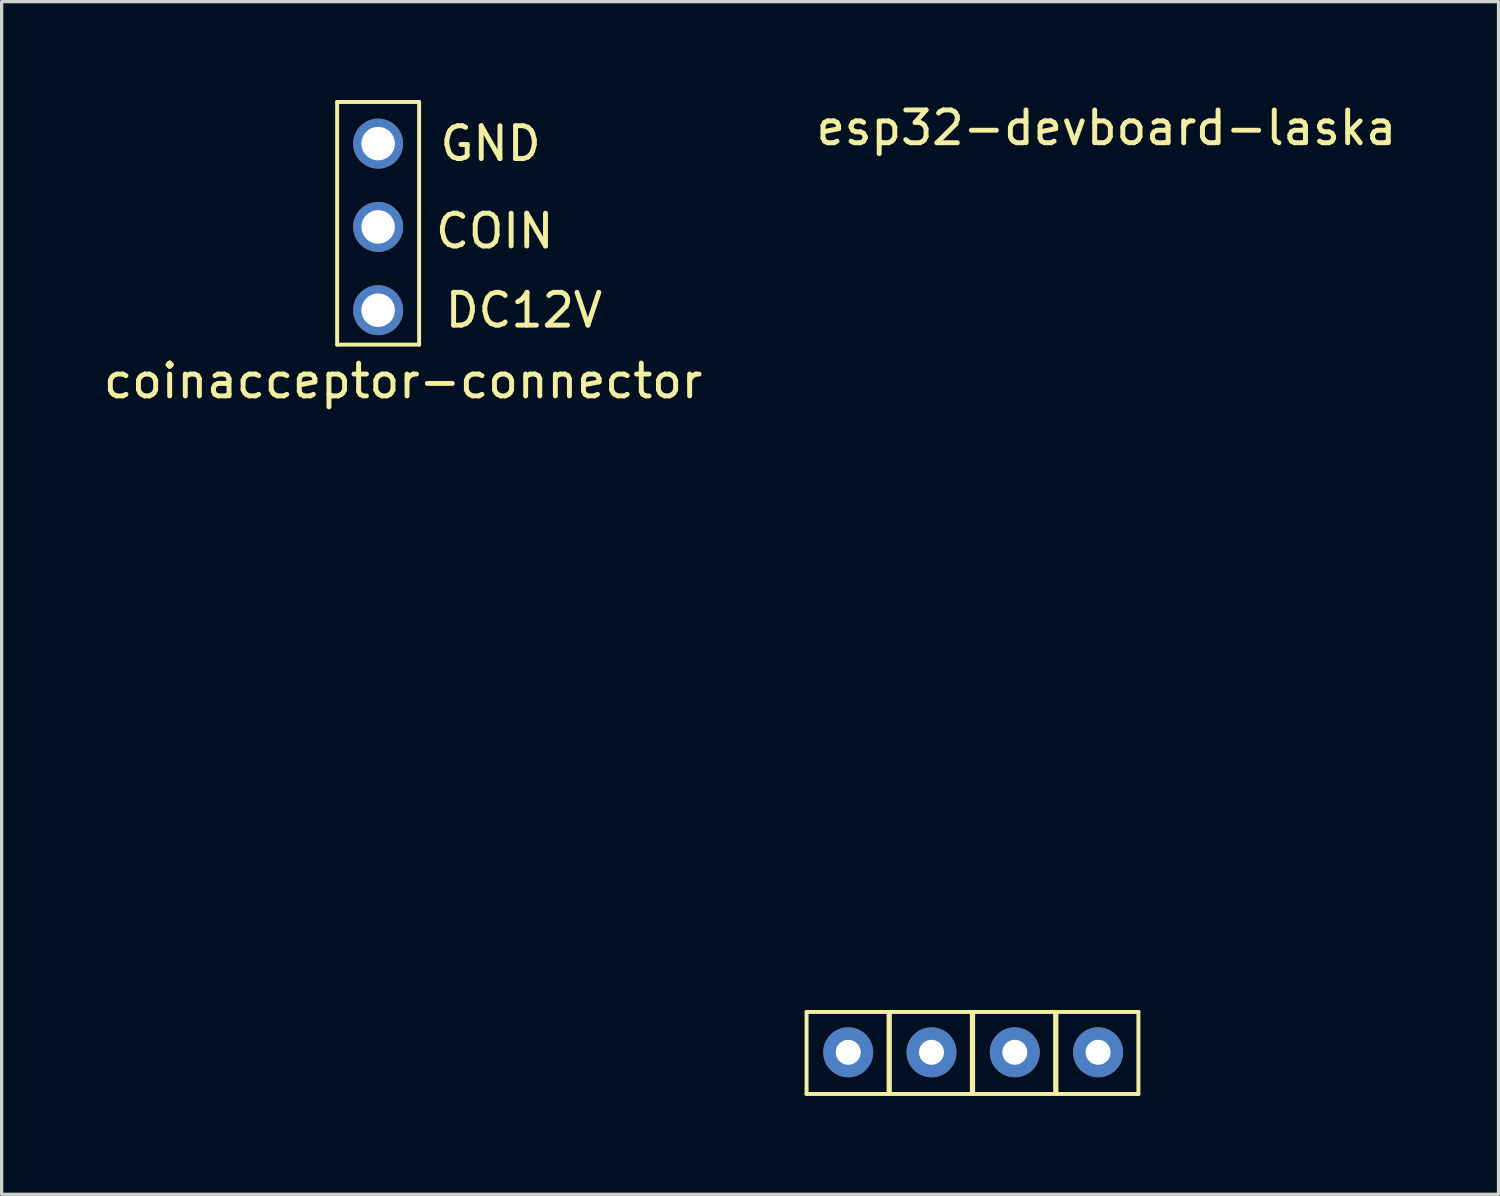
<source format=kicad_pcb>
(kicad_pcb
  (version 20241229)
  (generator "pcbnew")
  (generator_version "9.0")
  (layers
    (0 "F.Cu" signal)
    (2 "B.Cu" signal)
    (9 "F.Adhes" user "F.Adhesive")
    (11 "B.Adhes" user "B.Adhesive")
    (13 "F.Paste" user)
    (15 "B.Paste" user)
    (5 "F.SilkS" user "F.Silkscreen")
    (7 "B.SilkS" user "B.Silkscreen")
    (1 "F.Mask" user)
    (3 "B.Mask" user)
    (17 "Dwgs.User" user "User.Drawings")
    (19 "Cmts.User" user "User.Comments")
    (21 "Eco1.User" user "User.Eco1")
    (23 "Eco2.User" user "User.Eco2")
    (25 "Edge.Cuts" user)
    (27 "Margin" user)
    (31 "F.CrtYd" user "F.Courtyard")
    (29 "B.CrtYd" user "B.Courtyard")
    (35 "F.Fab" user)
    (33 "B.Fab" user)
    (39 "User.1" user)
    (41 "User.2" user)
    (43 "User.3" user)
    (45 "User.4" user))
  (footprint "coinacceptor-connector"
    (layer "F.Cu")
    (at 8.482 6.41)
    (property "Reference" "coinacceptor-connector" (at 0.762 2.159 0) (layer "F.SilkS") (effects (font (size 1 1) (thickness 0.15))))
    (attr through_hole)
    (fp_line (start -1.25 -6.35) (end -1.25 1.05) (stroke (width 0.12) (type solid)) (layer "F.SilkS"))
    (fp_line (start -1.25 -6.35) (end 1.25 -6.35) (stroke (width 0.12) (type solid)) (layer "F.SilkS"))
    (fp_line (start 1.25 1.05) (end -1.25 1.05) (stroke (width 0.12) (type solid)) (layer "F.SilkS"))
    (fp_line (start 1.25 1.05) (end 1.25 -6.35) (stroke (width 0.12) (type solid)) (layer "F.SilkS"))
    (fp_text user "DC12V" (at 4.445 0 0) (layer "F.SilkS") (effects (font (size 1 1) (thickness 0.15))))
    (fp_text user "COIN" (at 3.556 -2.413 0) (layer "F.SilkS") (effects (font (size 1 1) (thickness 0.15))))
    (fp_text user "GND" (at 3.429 -5.08 0) (layer "F.SilkS") (effects (font (size 1 1) (thickness 0.15))))
    (pad "1" thru_hole circle (at 0 0) (size 1.524 1.524) (drill 1.02) (layers "*.Cu" "*.Mask"))
    (pad "2" thru_hole circle (at 0 -2.54) (size 1.524 1.524) (drill 1.02) (layers "*.Cu" "*.Mask"))
    (pad "3" thru_hole circle (at 0 -5.08) (size 1.524 1.524) (drill 1.02) (layers "*.Cu" "*.Mask")))
  (footprint "esp32-devboard-laska"
    (layer "F.Cu")
    (at 30.692 23.708)
    (property "Reference" "esp32-devboard-laska" (at 0 -22.86 0) (layer "F.SilkS") (effects (font (size 1 1) (thickness 0.15))))
    (attr through_hole)
    (fp_line (start -9.144 6.604) (end -9.144 4.104) (stroke (width 0.12) (type solid)) (layer "F.SilkS"))
    (fp_line (start -9.144 6.604) (end -6.644 6.604) (stroke (width 0.12) (type solid)) (layer "F.SilkS"))
    (fp_line (start -6.644 4.104) (end -9.144 4.104) (stroke (width 0.12) (type solid)) (layer "F.SilkS"))
    (fp_line (start -6.644 6.604) (end -6.644 4.104) (stroke (width 0.12) (type solid)) (layer "F.SilkS"))
    (fp_line (start -6.604 6.604) (end -6.604 4.104) (stroke (width 0.12) (type solid)) (layer "F.SilkS"))
    (fp_line (start -6.604 6.604) (end -4.104 6.604) (stroke (width 0.12) (type solid)) (layer "F.SilkS"))
    (fp_line (start -4.104 4.104) (end -6.604 4.104) (stroke (width 0.12) (type solid)) (layer "F.SilkS"))
    (fp_line (start -4.104 6.604) (end -4.104 4.104) (stroke (width 0.12) (type solid)) (layer "F.SilkS"))
    (fp_line (start -4.064 6.604) (end -4.064 4.104) (stroke (width 0.12) (type solid)) (layer "F.SilkS"))
    (fp_line (start -4.064 6.604) (end -1.564 6.604) (stroke (width 0.12) (type solid)) (layer "F.SilkS"))
    (fp_line (start -1.564 4.104) (end -4.064 4.104) (stroke (width 0.12) (type solid)) (layer "F.SilkS"))
    (fp_line (start -1.564 6.604) (end -1.564 4.104) (stroke (width 0.12) (type solid)) (layer "F.SilkS"))
    (fp_line (start -1.524 6.604) (end -1.524 4.104) (stroke (width 0.12) (type solid)) (layer "F.SilkS"))
    (fp_line (start -1.524 6.604) (end 0.976 6.604) (stroke (width 0.12) (type solid)) (layer "F.SilkS"))
    (fp_line (start 0.976 4.104) (end -1.524 4.104) (stroke (width 0.12) (type solid)) (layer "F.SilkS"))
    (fp_line (start 0.976 6.604) (end 0.976 4.104) (stroke (width 0.12) (type solid)) (layer "F.SilkS"))
    (pad "1" thru_hole circle (at -7.874 5.334) (size 1.524 1.524) (drill 0.762) (layers "*.Cu" "*.Mask"))
    (pad "1" thru_hole circle (at -5.334 5.334) (size 1.524 1.524) (drill 0.762) (layers "*.Cu" "*.Mask"))
    (pad "1" thru_hole circle (at -2.794 5.334) (size 1.524 1.524) (drill 0.762) (layers "*.Cu" "*.Mask"))
    (pad "1" thru_hole circle (at -0.254 5.334) (size 1.524 1.524) (drill 0.762) (layers "*.Cu" "*.Mask")))
  (gr_rect
    (start -3 -3)
    (end 42.65 33.372)
    (stroke (width 0.1) (type default))
    (fill no)
    (layer "Edge.Cuts")))
</source>
